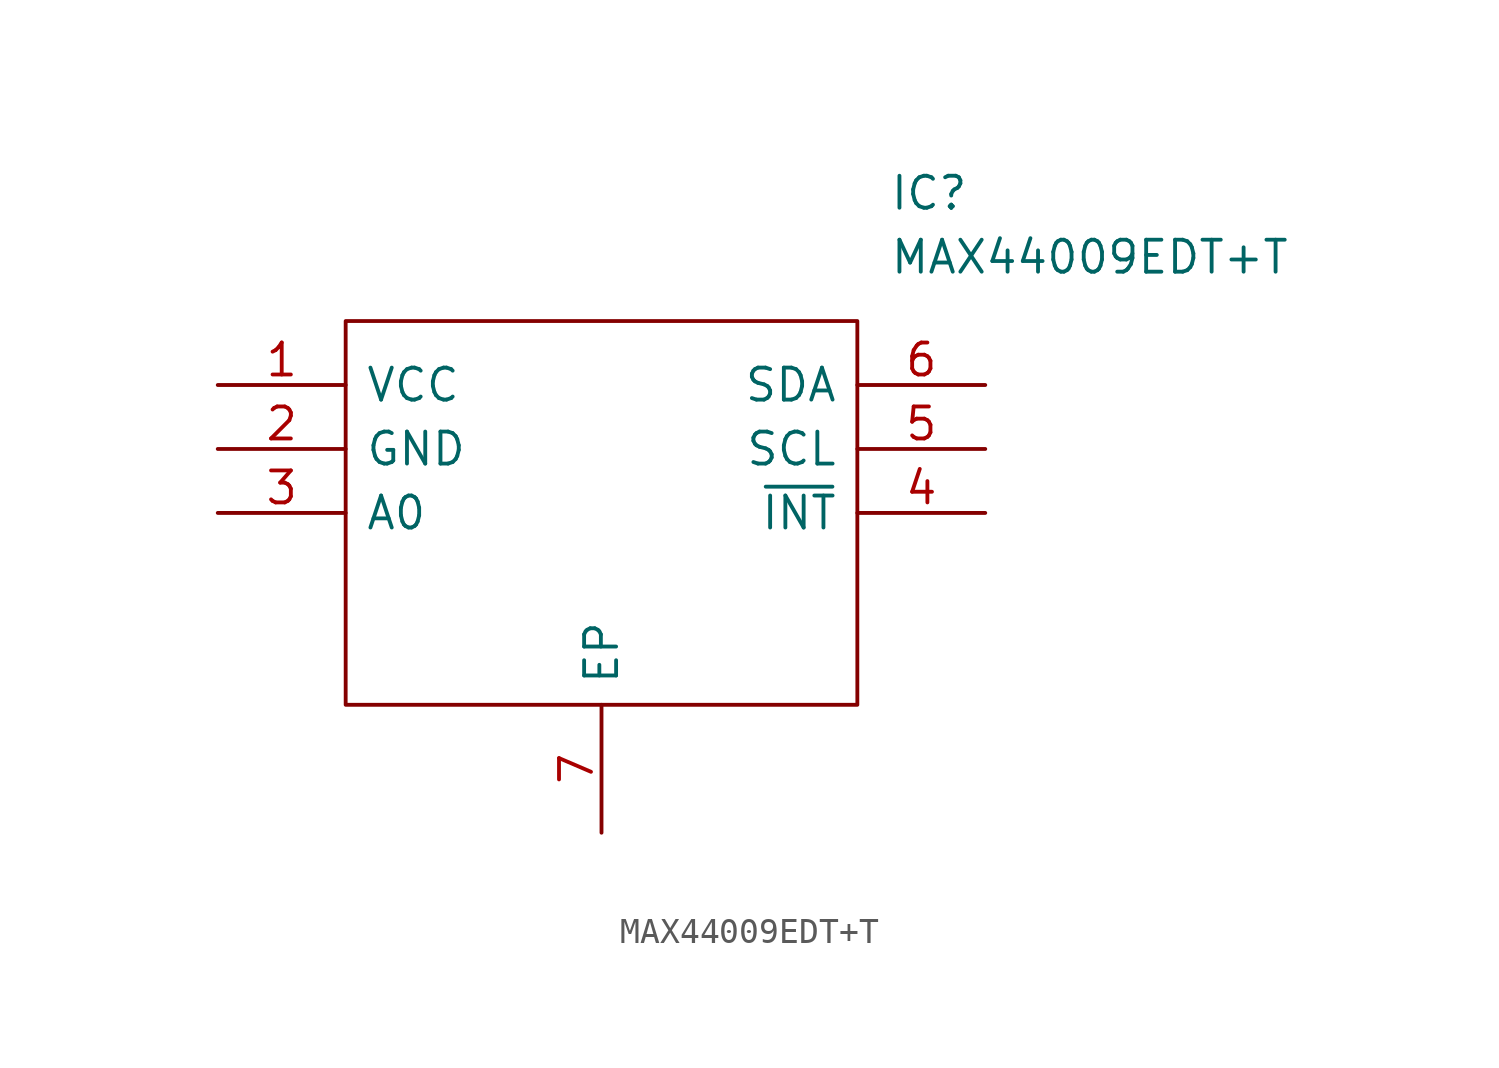
<source format=kicad_sym>
(kicad_symbol_lib
  (version 20220914)
  (generator kicad_symbol_editor)
  (symbol "MAX44009EDT+T"
    (pin_names
      (offset 0.762))
    (property "Reference" "IC"
      (at 26.67 7.62 0)
      (effects (font (size 1.27 1.27)) (justify left)))
    (property "Value" "MAX44009EDT+T"
      (at 26.67 5.08 0)
      (effects (font (size 1.27 1.27)) (justify left)))
    (symbol "MAX44009EDT+T_0_0"
      (pin power_in line (at 0 0 0) (length 5.08) (name "VCC" (effects (font (size 1.27 1.27)))) (number "1" (effects (font (size 1.27 1.27)))))
      (pin power_in line (at 0 -2.54 0) (length 5.08) (name "GND" (effects (font (size 1.27 1.27)))) (number "2" (effects (font (size 1.27 1.27)))))
      (pin input line (at 0 -5.08 0) (length 5.08) (name "A0" (effects (font (size 1.27 1.27)))) (number "3" (effects (font (size 1.27 1.27)))))
      (pin output line (at 30.48 -5.08 180) (length 5.08) (name "~{INT}" (effects (font (size 1.27 1.27)))) (number "4" (effects (font (size 1.27 1.27)))))
      (pin input line (at 30.48 -2.54 180) (length 5.08) (name "SCL" (effects (font (size 1.27 1.27)))) (number "5" (effects (font (size 1.27 1.27)))))
      (pin bidirectional line (at 30.48 0 180) (length 5.08) (name "SDA" (effects (font (size 1.27 1.27)))) (number "6" (effects (font (size 1.27 1.27)))))
      (pin power_in line (at 15.24 -17.78 90) (length 5.08) (name "EP" (effects (font (size 1.27 1.27)))) (number "7" (effects (font (size 1.27 1.27))))))
    (symbol "MAX44009EDT+T_0_1"
      (polyline (pts (xy 5.08 2.54) (xy 25.4 2.54) (xy 25.4 -12.7) (xy 5.08 -12.7) (xy 5.08 2.54)) (stroke (width 0.152) (type solid)) (fill (type none))))))
</source>
